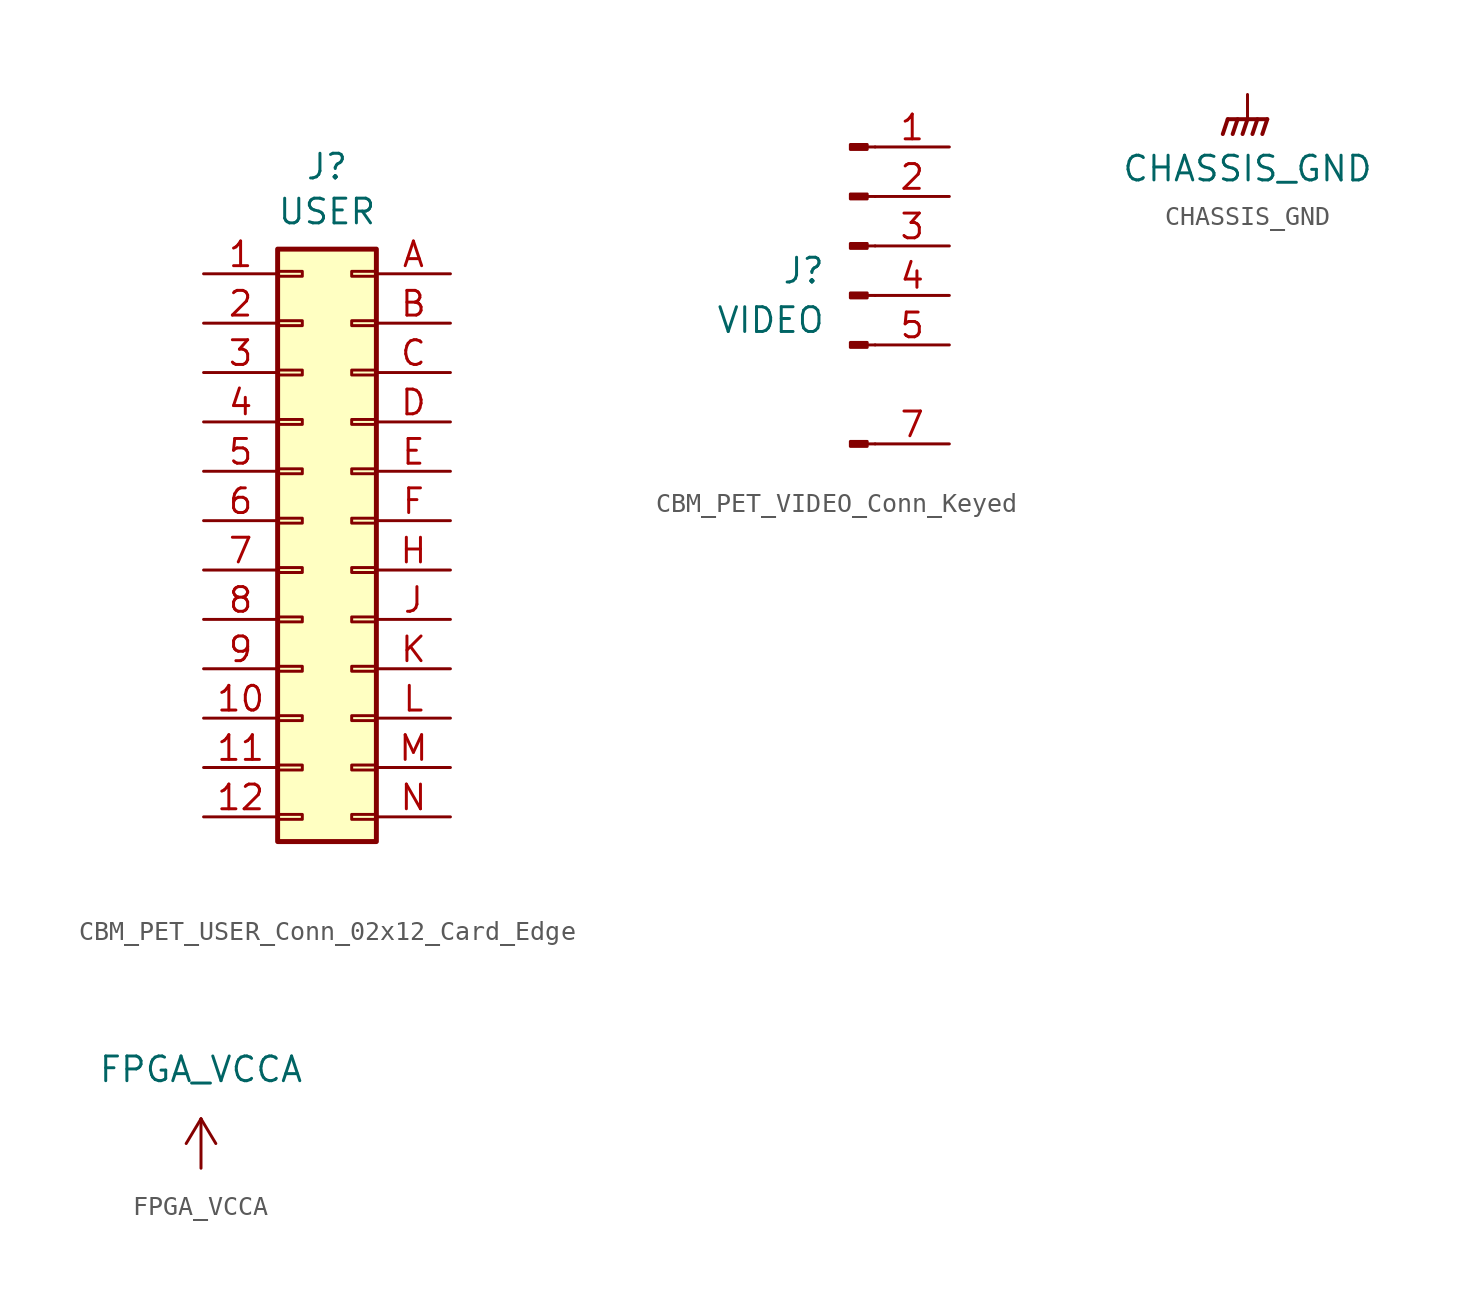
<source format=kicad_sym>
(kicad_symbol_lib
  (version 20231120)
  (generator "kicad_symbol_editor")
  (generator_version "8.0")
  (symbol "CBM_PET_USER_Conn_02x12_Card_Edge"
    (pin_names
      (offset 1.016) hide)
    (property "Reference" "J"
      (at 1.27 18.212 0)
      (effects (font (size 1.27 1.27))))
    (property "Value" "USER"
      (at 1.27 15.9 0)
      (effects (font (size 1.27 1.27))))
    (symbol "CBM_PET_USER_Conn_02x12_Card_Edge_1_1"
      (rectangle (start -1.27 -15.113) (end 0 -15.367) (stroke (width 0.152) (type default)) (fill (type none)))
      (rectangle (start -1.27 -12.573) (end 0 -12.827) (stroke (width 0.152) (type default)) (fill (type none)))
      (rectangle (start -1.27 -10.033) (end 0 -10.287) (stroke (width 0.152) (type default)) (fill (type none)))
      (rectangle (start -1.27 -7.493) (end 0 -7.747) (stroke (width 0.152) (type default)) (fill (type none)))
      (rectangle (start -1.27 -4.953) (end 0 -5.207) (stroke (width 0.152) (type default)) (fill (type none)))
      (rectangle (start -1.27 -2.413) (end 0 -2.667) (stroke (width 0.152) (type default)) (fill (type none)))
      (rectangle (start -1.27 0.127) (end 0 -0.127) (stroke (width 0.152) (type default)) (fill (type none)))
      (rectangle (start -1.27 2.667) (end 0 2.413) (stroke (width 0.152) (type default)) (fill (type none)))
      (rectangle (start -1.27 5.207) (end 0 4.953) (stroke (width 0.152) (type default)) (fill (type none)))
      (rectangle (start -1.27 7.747) (end 0 7.493) (stroke (width 0.152) (type default)) (fill (type none)))
      (rectangle (start -1.27 10.287) (end 0 10.033) (stroke (width 0.152) (type default)) (fill (type none)))
      (rectangle (start -1.27 12.827) (end 0 12.573) (stroke (width 0.152) (type default)) (fill (type none)))
      (rectangle (start -1.27 13.97) (end 3.81 -16.51) (stroke (width 0.254) (type default)) (fill (type background)))
      (rectangle (start 3.81 -15.113) (end 2.54 -15.367) (stroke (width 0.152) (type default)) (fill (type none)))
      (rectangle (start 3.81 -12.573) (end 2.54 -12.827) (stroke (width 0.152) (type default)) (fill (type none)))
      (rectangle (start 3.81 -10.033) (end 2.54 -10.287) (stroke (width 0.152) (type default)) (fill (type none)))
      (rectangle (start 3.81 -7.493) (end 2.54 -7.747) (stroke (width 0.152) (type default)) (fill (type none)))
      (rectangle (start 3.81 -4.953) (end 2.54 -5.207) (stroke (width 0.152) (type default)) (fill (type none)))
      (rectangle (start 3.81 -2.413) (end 2.54 -2.667) (stroke (width 0.152) (type default)) (fill (type none)))
      (rectangle (start 3.81 0.127) (end 2.54 -0.127) (stroke (width 0.152) (type default)) (fill (type none)))
      (rectangle (start 3.81 2.667) (end 2.54 2.413) (stroke (width 0.152) (type default)) (fill (type none)))
      (rectangle (start 3.81 5.207) (end 2.54 4.953) (stroke (width 0.152) (type default)) (fill (type none)))
      (rectangle (start 3.81 7.747) (end 2.54 7.493) (stroke (width 0.152) (type default)) (fill (type none)))
      (rectangle (start 3.81 10.287) (end 2.54 10.033) (stroke (width 0.152) (type default)) (fill (type none)))
      (rectangle (start 3.81 12.827) (end 2.54 12.573) (stroke (width 0.152) (type default)) (fill (type none)))
      (pin passive line (at -5.08 12.7 0) (length 3.81) (name "GND" (effects (font (size 1.27 1.27)))) (number "1" (effects (font (size 1.27 1.27)))))
      (pin passive line (at -5.08 -10.16 0) (length 3.81) (name "HORIZ" (effects (font (size 1.27 1.27)))) (number "10" (effects (font (size 1.27 1.27)))))
      (pin passive line (at -5.08 -12.7 0) (length 3.81) (name "GRAPHIC" (effects (font (size 1.27 1.27)))) (number "11" (effects (font (size 1.27 1.27)))))
      (pin passive line (at -5.08 -15.24 0) (length 3.81) (name "GND" (effects (font (size 1.27 1.27)))) (number "12" (effects (font (size 1.27 1.27)))))
      (pin passive line (at -5.08 10.16 0) (length 3.81) (name "~{VIDEO}" (effects (font (size 1.27 1.27)))) (number "2" (effects (font (size 1.27 1.27)))))
      (pin passive line (at -5.08 7.62 0) (length 3.81) (name "SRQ" (effects (font (size 1.27 1.27)))) (number "3" (effects (font (size 1.27 1.27)))))
      (pin passive line (at -5.08 5.08 0) (length 3.81) (name "EOI" (effects (font (size 1.27 1.27)))) (number "4" (effects (font (size 1.27 1.27)))))
      (pin passive line (at -5.08 2.54 0) (length 3.81) (name "DIAG" (effects (font (size 1.27 1.27)))) (number "5" (effects (font (size 1.27 1.27)))))
      (pin passive line (at -5.08 0 0) (length 3.81) (name "CASS2_READ" (effects (font (size 1.27 1.27)))) (number "6" (effects (font (size 1.27 1.27)))))
      (pin passive line (at -5.08 -2.54 0) (length 3.81) (name "CASS_WRITE" (effects (font (size 1.27 1.27)))) (number "7" (effects (font (size 1.27 1.27)))))
      (pin passive line (at -5.08 -5.08 0) (length 3.81) (name "CASS1_READ" (effects (font (size 1.27 1.27)))) (number "8" (effects (font (size 1.27 1.27)))))
      (pin passive line (at -5.08 -7.62 0) (length 3.81) (name "VERT" (effects (font (size 1.27 1.27)))) (number "9" (effects (font (size 1.27 1.27)))))
      (pin passive line (at 7.62 12.7 180) (length 3.81) (name "GND" (effects (font (size 1.27 1.27)))) (number "A" (effects (font (size 1.27 1.27)))))
      (pin passive line (at 7.62 10.16 180) (length 3.81) (name "VIA_CA1" (effects (font (size 1.27 1.27)))) (number "B" (effects (font (size 1.27 1.27)))))
      (pin passive line (at 7.62 7.62 180) (length 3.81) (name "VIA_PA0" (effects (font (size 1.27 1.27)))) (number "C" (effects (font (size 1.27 1.27)))))
      (pin passive line (at 7.62 5.08 180) (length 3.81) (name "VIA_PA1" (effects (font (size 1.27 1.27)))) (number "D" (effects (font (size 1.27 1.27)))))
      (pin passive line (at 7.62 2.54 180) (length 3.81) (name "VIA_PA2" (effects (font (size 1.27 1.27)))) (number "E" (effects (font (size 1.27 1.27)))))
      (pin passive line (at 7.62 0 180) (length 3.81) (name "VIA_PA3" (effects (font (size 1.27 1.27)))) (number "F" (effects (font (size 1.27 1.27)))))
      (pin passive line (at 7.62 -2.54 180) (length 3.81) (name "VIA_PA4" (effects (font (size 1.27 1.27)))) (number "H" (effects (font (size 1.27 1.27)))))
      (pin passive line (at 7.62 -5.08 180) (length 3.81) (name "VIA_PA5" (effects (font (size 1.27 1.27)))) (number "J" (effects (font (size 1.27 1.27)))))
      (pin passive line (at 7.62 -7.62 180) (length 3.81) (name "VIA_PA6" (effects (font (size 1.27 1.27)))) (number "K" (effects (font (size 1.27 1.27)))))
      (pin passive line (at 7.62 -10.16 180) (length 3.81) (name "VIA_PA7" (effects (font (size 1.27 1.27)))) (number "L" (effects (font (size 1.27 1.27)))))
      (pin passive line (at 7.62 -12.7 180) (length 3.81) (name "VIA_CB2" (effects (font (size 1.27 1.27)))) (number "M" (effects (font (size 1.27 1.27)))))
      (pin passive line (at 7.62 -15.24 180) (length 3.81) (name "GND" (effects (font (size 1.27 1.27)))) (number "N" (effects (font (size 1.27 1.27)))))))
  (symbol "CBM_PET_VIDEO_Conn_Keyed"
    (pin_names
      (offset 1.016) hide)
    (property "Reference" "J"
      (at -1.27 1.27 0)
      (effects (font (size 1.27 1.27)) (justify right)))
    (property "Value" "VIDEO"
      (at -1.27 -1.27 0)
      (effects (font (size 1.27 1.27)) (justify right)))
    (symbol "CBM_PET_VIDEO_Conn_Keyed_1_1"
      (polyline (pts (xy 1.27 -7.62) (xy 0.864 -7.62)) (stroke (width 0.152) (type default)) (fill (type none)))
      (polyline (pts (xy 1.27 -2.54) (xy 0.864 -2.54)) (stroke (width 0.152) (type default)) (fill (type none)))
      (polyline (pts (xy 1.27 0) (xy 0.864 0)) (stroke (width 0.152) (type default)) (fill (type none)))
      (polyline (pts (xy 1.27 2.54) (xy 0.864 2.54)) (stroke (width 0.152) (type default)) (fill (type none)))
      (polyline (pts (xy 1.27 5.08) (xy 0.864 5.08)) (stroke (width 0.152) (type default)) (fill (type none)))
      (polyline (pts (xy 1.27 7.62) (xy 0.864 7.62)) (stroke (width 0.152) (type default)) (fill (type none)))
      (rectangle (start 0.864 -7.493) (end 0 -7.747) (stroke (width 0.152) (type default)) (fill (type outline)))
      (rectangle (start 0.864 -2.413) (end 0 -2.667) (stroke (width 0.152) (type default)) (fill (type outline)))
      (rectangle (start 0.864 0.127) (end 0 -0.127) (stroke (width 0.152) (type default)) (fill (type outline)))
      (rectangle (start 0.864 2.667) (end 0 2.413) (stroke (width 0.152) (type default)) (fill (type outline)))
      (rectangle (start 0.864 5.207) (end 0 4.953) (stroke (width 0.152) (type default)) (fill (type outline)))
      (rectangle (start 0.864 7.747) (end 0 7.493) (stroke (width 0.152) (type default)) (fill (type outline)))
      (pin passive line (at 5.08 7.62 180) (length 3.81) (name "GND" (effects (font (size 1.27 1.27)))) (number "1" (effects (font (size 1.27 1.27)))))
      (pin passive line (at 5.08 5.08 180) (length 3.81) (name "GND" (effects (font (size 1.27 1.27)))) (number "2" (effects (font (size 1.27 1.27)))))
      (pin passive line (at 5.08 2.54 180) (length 3.81) (name "VERT" (effects (font (size 1.27 1.27)))) (number "3" (effects (font (size 1.27 1.27)))))
      (pin passive line (at 5.08 0 180) (length 3.81) (name "GND" (effects (font (size 1.27 1.27)))) (number "4" (effects (font (size 1.27 1.27)))))
      (pin passive line (at 5.08 -2.54 180) (length 3.81) (name "HORIZ" (effects (font (size 1.27 1.27)))) (number "5" (effects (font (size 1.27 1.27)))))
      (pin passive line (at 5.08 -7.62 180) (length 3.81) (name "VIDEO" (effects (font (size 1.27 1.27)))) (number "7" (effects (font (size 1.27 1.27)))))))
  (symbol "CHASSIS_GND"
    (power)
    (pin_names
      (offset 0))
    (property "Reference" "#PWR"
      (at 0 -5.08 0)
      (effects (font (size 1.27 1.27)) (hide yes)))
    (property "Value" "CHASSIS_GND"
      (at 0 -3.81 0)
      (effects (font (size 1.27 1.27))))
    (symbol "CHASSIS_GND_0_1"
      (polyline (pts (xy 0 -1.27) (xy 0 0)) (stroke (width 0) (type default)) (fill (type none)))
      (polyline (pts (xy -1.016 -1.27) (xy -1.27 -2.032) (xy -1.27 -2.032)) (stroke (width 0.203) (type default)) (fill (type none)))
      (polyline (pts (xy -0.508 -1.27) (xy -0.762 -2.032) (xy -0.762 -2.032)) (stroke (width 0.203) (type default)) (fill (type none)))
      (polyline (pts (xy 0 -1.27) (xy -0.254 -2.032) (xy -0.254 -2.032)) (stroke (width 0.203) (type default)) (fill (type none)))
      (polyline (pts (xy 0.508 -1.27) (xy 0.254 -2.032) (xy 0.254 -2.032)) (stroke (width 0.203) (type default)) (fill (type none)))
      (polyline (pts (xy 1.016 -1.27) (xy -1.016 -1.27) (xy -1.016 -1.27)) (stroke (width 0.203) (type default)) (fill (type none)))
      (polyline (pts (xy 1.016 -1.27) (xy 0.762 -2.032) (xy 0.762 -2.032) (xy 0.762 -2.032)) (stroke (width 0.203) (type default)) (fill (type none))))
    (symbol "CHASSIS_GND_1_1"
      (pin power_in line (at 0 0 270) (length 0) hide (name "CHASSIS_GND" (effects (font (size 1.27 1.27)))) (number "1" (effects (font (size 1.27 1.27)))))))
  (symbol "FPGA_VCCA"
    (power)
    (pin_names
      (offset 0))
    (property "Reference" "#PWR"
      (at 0 -3.81 0)
      (effects (font (size 1.27 1.27)) (hide yes)))
    (property "Value" "FPGA_VCCA"
      (at 0 5.08 0)
      (effects (font (size 1.27 1.27))))
    (symbol "FPGA_VCCA_0_1"
      (polyline (pts (xy -0.762 1.27) (xy 0 2.54)) (stroke (width 0) (type default)) (fill (type none)))
      (polyline (pts (xy 0 0) (xy 0 2.54)) (stroke (width 0) (type default)) (fill (type none)))
      (polyline (pts (xy 0 2.54) (xy 0.762 1.27)) (stroke (width 0) (type default)) (fill (type none))))
    (symbol "FPGA_VCCA_1_1"
      (pin power_in line (at 0 0 90) (length 0) hide (name "FPGA_VCCA" (effects (font (size 1.27 1.27)))) (number "1" (effects (font (size 1.27 1.27))))))))
</source>
